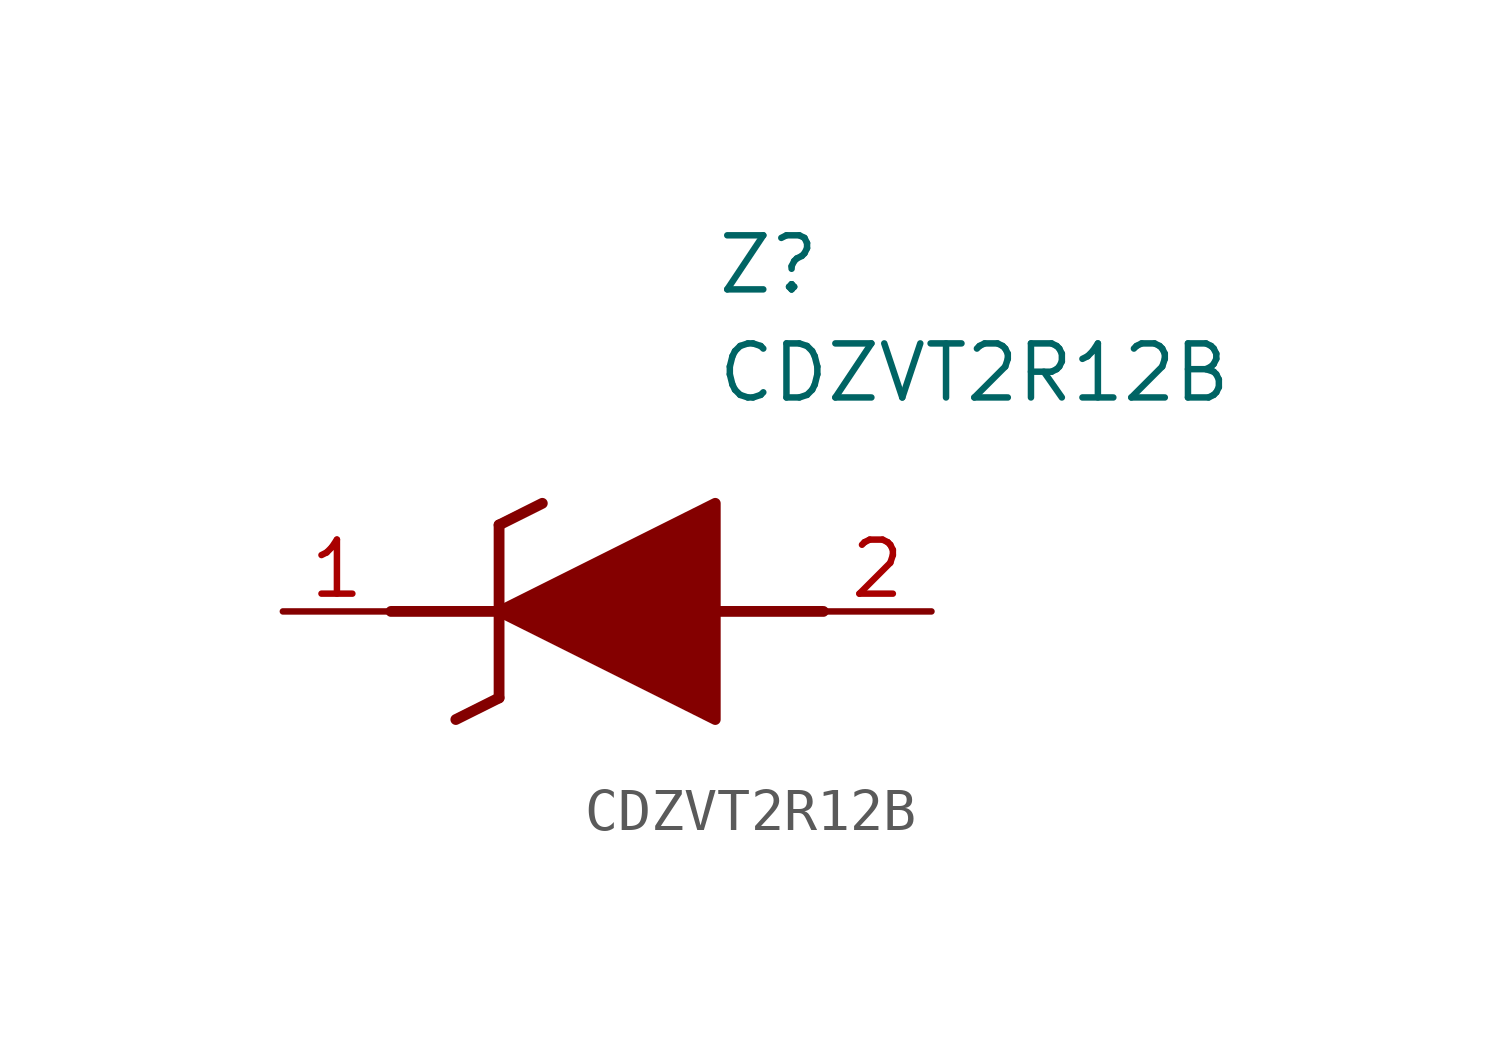
<source format=kicad_sym>
(kicad_symbol_lib
  (version 20211014)
  (generator SamacSys_ECAD_Model)
  (symbol "CDZVT2R12B"
    (pin_names hide)
    (property "Reference" "Z"
      (at 10.16 8.89 0)
      (effects (font (size 1.27 1.27)) (justify left top)))
    (property "Value" "CDZVT2R12B"
      (at 10.16 6.35 0)
      (effects (font (size 1.27 1.27)) (justify left top)))
    (polyline
      (pts (xy 5.08 2.032) (xy 5.08 -2.032))
      (stroke (width 0.254) (type default))
      (fill (type none)))
    (polyline
      (pts (xy 5.08 2.032) (xy 6.096 2.54))
      (stroke (width 0.254) (type default))
      (fill (type none)))
    (polyline
      (pts (xy 4.064 -2.54) (xy 5.08 -2.032))
      (stroke (width 0.254) (type default))
      (fill (type none)))
    (polyline
      (pts (xy 2.54 0) (xy 5.08 0))
      (stroke (width 0.254) (type default))
      (fill (type none)))
    (polyline
      (pts (xy 12.7 0) (xy 10.16 0))
      (stroke (width 0.254) (type default))
      (fill (type none)))
    (polyline
      (pts (xy 5.08 0) (xy 10.16 2.54) (xy 10.16 -2.54) (xy 5.08 0))
      (stroke (width 0.254) (type default))
      (fill (type outline)))
    (pin passive line
      (at 0 0 0)
      (length 2.54)
      (name "K" (effects (font (size 1.27 1.27))))
      (number "1" (effects (font (size 1.27 1.27)))))
    (pin passive line
      (at 15.24 0 180)
      (length 2.54)
      (name "A" (effects (font (size 1.27 1.27))))
      (number "2" (effects (font (size 1.27 1.27)))))))
</source>
